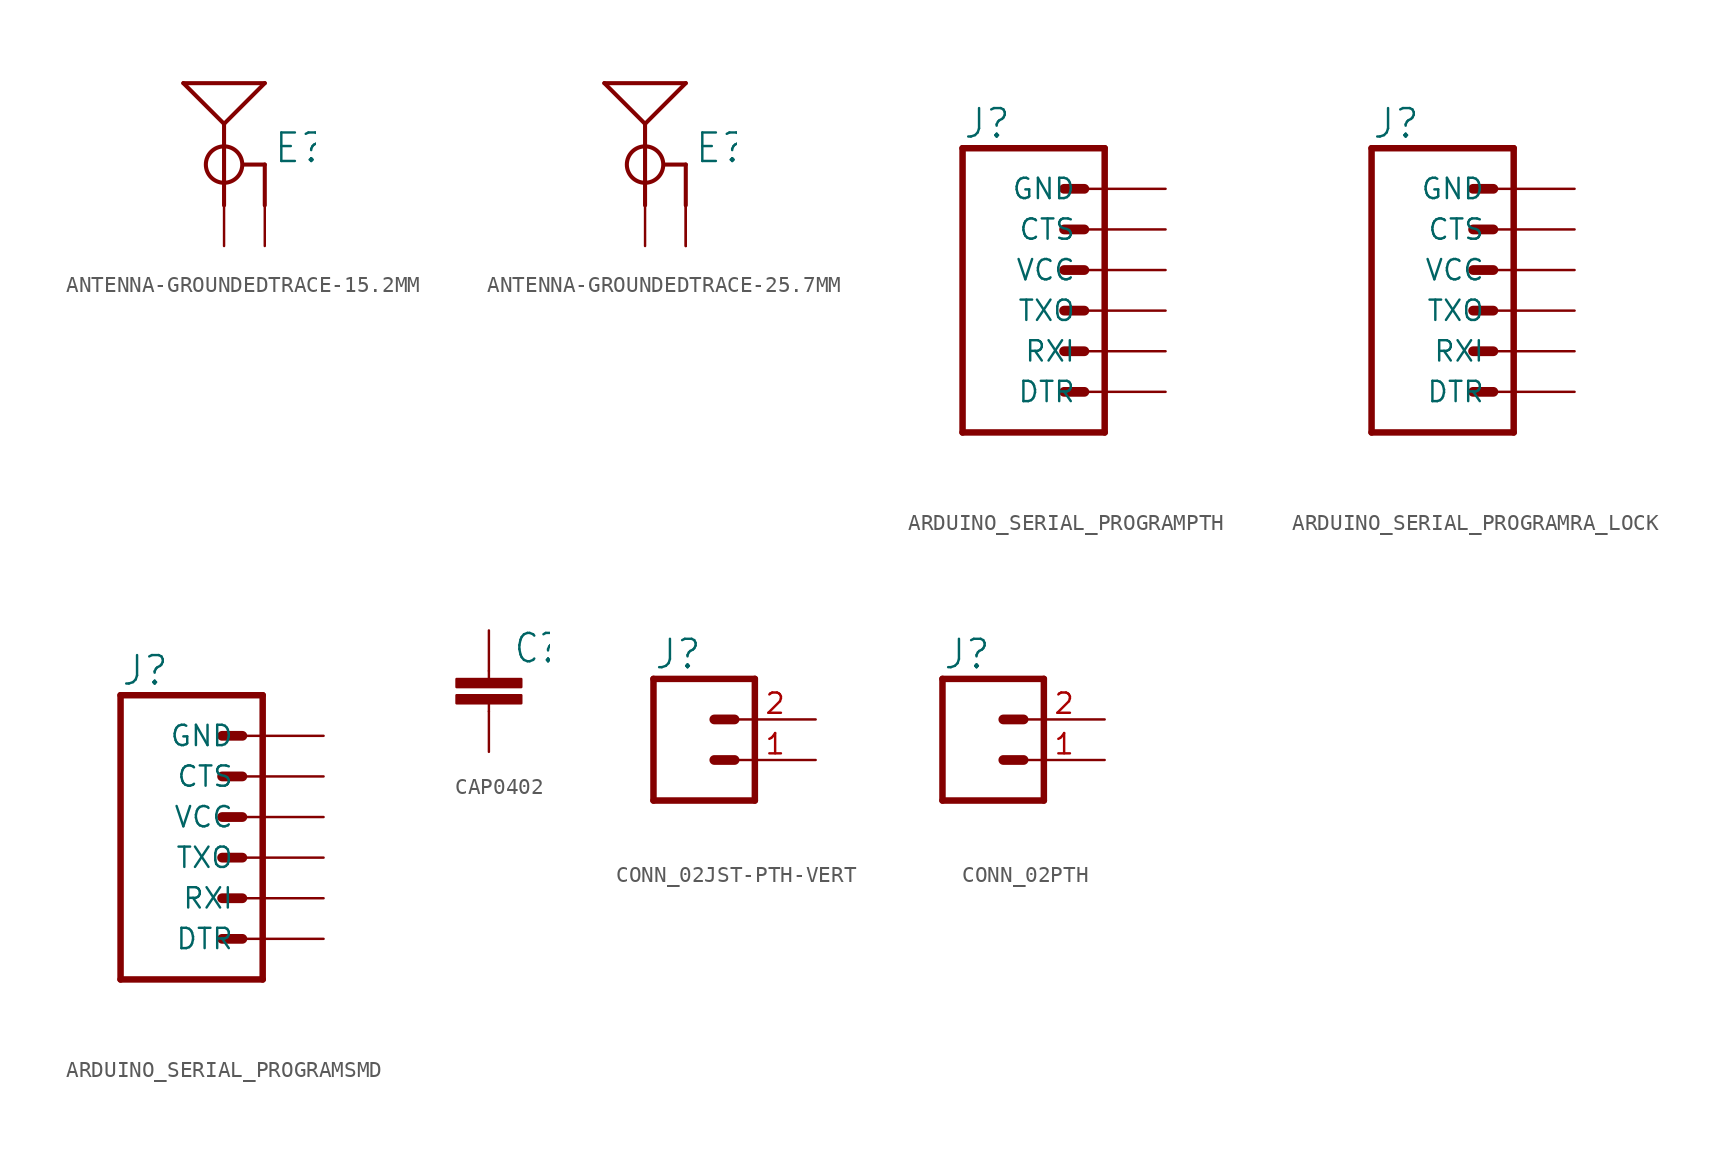
<source format=kicad_sym>
(kicad_symbol_lib
  (version 20220914)
  (generator kicad_symbol_editor)
  (symbol "ANTENNA-GROUNDEDTRACE-15.2MM"
    (property "Reference" "E"
      (at 3.048 -5.08 0)
      (effects (font (size 1.778 1.778)) (justify left bottom)))
    (property "Value" ""
      (at 3.048 -7.366 0)
      (effects (font (size 1.778 1.778)) (justify left bottom)))
    (property "ki_locked" ""
      (at 0 0 0)
      (effects (font (size 1.27 1.27))))
    (symbol "ANTENNA-GROUNDEDTRACE-15.2MM_1_0"
      (circle (center 0 -5.08) (radius 1.136) (stroke (width 0.254) (type solid)) (fill (type none)))
      (polyline (pts (xy -2.54 0) (xy 2.54 0)) (stroke (width 0.254) (type solid)) (fill (type none)))
      (polyline (pts (xy 0 -2.54) (xy -2.54 0)) (stroke (width 0.254) (type solid)) (fill (type none)))
      (polyline (pts (xy 0 -2.54) (xy 0 -7.62)) (stroke (width 0.254) (type solid)) (fill (type none)))
      (polyline (pts (xy 0 -2.54) (xy 2.54 0)) (stroke (width 0.254) (type solid)) (fill (type none)))
      (polyline (pts (xy 1.27 -5.08) (xy 2.54 -5.08)) (stroke (width 0.254) (type solid)) (fill (type none)))
      (polyline (pts (xy 2.54 -5.08) (xy 2.54 -7.62)) (stroke (width 0.254) (type solid)) (fill (type none)))
      (pin bidirectional line (at 0 -10.16 90) (length 2.54) (name "SIGNAL" (effects (font (size 0 0)))) (number "ANT" (effects (font (size 0 0)))))
      (pin bidirectional line (at 2.54 -10.16 90) (length 2.54) (name "GND" (effects (font (size 0 0)))) (number "GND" (effects (font (size 0 0)))))))
  (symbol "ANTENNA-GROUNDEDTRACE-25.7MM"
    (property "Reference" "E"
      (at 3.048 -5.08 0)
      (effects (font (size 1.778 1.778)) (justify left bottom)))
    (property "Value" ""
      (at 3.048 -7.366 0)
      (effects (font (size 1.778 1.778)) (justify left bottom)))
    (property "ki_locked" ""
      (at 0 0 0)
      (effects (font (size 1.27 1.27))))
    (symbol "ANTENNA-GROUNDEDTRACE-25.7MM_1_0"
      (circle (center 0 -5.08) (radius 1.136) (stroke (width 0.254) (type solid)) (fill (type none)))
      (polyline (pts (xy -2.54 0) (xy 2.54 0)) (stroke (width 0.254) (type solid)) (fill (type none)))
      (polyline (pts (xy 0 -2.54) (xy -2.54 0)) (stroke (width 0.254) (type solid)) (fill (type none)))
      (polyline (pts (xy 0 -2.54) (xy 0 -7.62)) (stroke (width 0.254) (type solid)) (fill (type none)))
      (polyline (pts (xy 0 -2.54) (xy 2.54 0)) (stroke (width 0.254) (type solid)) (fill (type none)))
      (polyline (pts (xy 1.27 -5.08) (xy 2.54 -5.08)) (stroke (width 0.254) (type solid)) (fill (type none)))
      (polyline (pts (xy 2.54 -5.08) (xy 2.54 -7.62)) (stroke (width 0.254) (type solid)) (fill (type none)))
      (pin bidirectional line (at 0 -10.16 90) (length 2.54) (name "SIGNAL" (effects (font (size 0 0)))) (number "ANT" (effects (font (size 0 0)))))
      (pin bidirectional line (at 2.54 -10.16 90) (length 2.54) (name "GND" (effects (font (size 0 0)))) (number "GND" (effects (font (size 0 0)))))
      (pin bidirectional line (at 2.54 -10.16 90) (length 2.54) (name "GND" (effects (font (size 0 0)))) (number "GND2" (effects (font (size 0 0)))))))
  (symbol "ARDUINO_SERIAL_PROGRAMPTH"
    (property "Reference" "J"
      (at -7.62 10.668 0)
      (effects (font (size 1.778 1.778)) (justify left bottom)))
    (property "Value" ""
      (at -7.62 -9.906 0)
      (effects (font (size 1.778 1.778)) (justify left bottom)))
    (property "ki_locked" ""
      (at 0 0 0)
      (effects (font (size 1.27 1.27))))
    (symbol "ARDUINO_SERIAL_PROGRAMPTH_1_0"
      (polyline (pts (xy -7.62 10.16) (xy -7.62 -7.62)) (stroke (width 0.406) (type solid)) (fill (type none)))
      (polyline (pts (xy -7.62 10.16) (xy 1.27 10.16)) (stroke (width 0.406) (type solid)) (fill (type none)))
      (polyline (pts (xy -1.27 -5.08) (xy 0 -5.08)) (stroke (width 0.61) (type solid)) (fill (type none)))
      (polyline (pts (xy -1.27 -2.54) (xy 0 -2.54)) (stroke (width 0.61) (type solid)) (fill (type none)))
      (polyline (pts (xy -1.27 0) (xy 0 0)) (stroke (width 0.61) (type solid)) (fill (type none)))
      (polyline (pts (xy -1.27 2.54) (xy 0 2.54)) (stroke (width 0.61) (type solid)) (fill (type none)))
      (polyline (pts (xy -1.27 5.08) (xy 0 5.08)) (stroke (width 0.61) (type solid)) (fill (type none)))
      (polyline (pts (xy -1.27 7.62) (xy 0 7.62)) (stroke (width 0.61) (type solid)) (fill (type none)))
      (polyline (pts (xy 1.27 -7.62) (xy -7.62 -7.62)) (stroke (width 0.406) (type solid)) (fill (type none)))
      (polyline (pts (xy 1.27 -7.62) (xy 1.27 10.16)) (stroke (width 0.406) (type solid)) (fill (type none)))
      (pin passive line (at 5.08 -5.08 180) (length 5.08) (name "DTR" (effects (font (size 1.27 1.27)))) (number "1" (effects (font (size 0 0)))))
      (pin passive line (at 5.08 -2.54 180) (length 5.08) (name "RXI" (effects (font (size 1.27 1.27)))) (number "2" (effects (font (size 0 0)))))
      (pin passive line (at 5.08 0 180) (length 5.08) (name "TXO" (effects (font (size 1.27 1.27)))) (number "3" (effects (font (size 0 0)))))
      (pin passive line (at 5.08 2.54 180) (length 5.08) (name "VCC" (effects (font (size 1.27 1.27)))) (number "4" (effects (font (size 0 0)))))
      (pin passive line (at 5.08 5.08 180) (length 5.08) (name "CTS" (effects (font (size 1.27 1.27)))) (number "5" (effects (font (size 0 0)))))
      (pin passive line (at 5.08 7.62 180) (length 5.08) (name "GND" (effects (font (size 1.27 1.27)))) (number "6" (effects (font (size 0 0)))))))
  (symbol "ARDUINO_SERIAL_PROGRAMRA_LOCK"
    (property "Reference" "J"
      (at -7.62 10.668 0)
      (effects (font (size 1.778 1.778)) (justify left bottom)))
    (property "Value" ""
      (at -7.62 -9.906 0)
      (effects (font (size 1.778 1.778)) (justify left bottom)))
    (property "ki_locked" ""
      (at 0 0 0)
      (effects (font (size 1.27 1.27))))
    (symbol "ARDUINO_SERIAL_PROGRAMRA_LOCK_1_0"
      (polyline (pts (xy -7.62 10.16) (xy -7.62 -7.62)) (stroke (width 0.406) (type solid)) (fill (type none)))
      (polyline (pts (xy -7.62 10.16) (xy 1.27 10.16)) (stroke (width 0.406) (type solid)) (fill (type none)))
      (polyline (pts (xy -1.27 -5.08) (xy 0 -5.08)) (stroke (width 0.61) (type solid)) (fill (type none)))
      (polyline (pts (xy -1.27 -2.54) (xy 0 -2.54)) (stroke (width 0.61) (type solid)) (fill (type none)))
      (polyline (pts (xy -1.27 0) (xy 0 0)) (stroke (width 0.61) (type solid)) (fill (type none)))
      (polyline (pts (xy -1.27 2.54) (xy 0 2.54)) (stroke (width 0.61) (type solid)) (fill (type none)))
      (polyline (pts (xy -1.27 5.08) (xy 0 5.08)) (stroke (width 0.61) (type solid)) (fill (type none)))
      (polyline (pts (xy -1.27 7.62) (xy 0 7.62)) (stroke (width 0.61) (type solid)) (fill (type none)))
      (polyline (pts (xy 1.27 -7.62) (xy -7.62 -7.62)) (stroke (width 0.406) (type solid)) (fill (type none)))
      (polyline (pts (xy 1.27 -7.62) (xy 1.27 10.16)) (stroke (width 0.406) (type solid)) (fill (type none)))
      (pin passive line (at 5.08 7.62 180) (length 5.08) (name "GND" (effects (font (size 1.27 1.27)))) (number "1" (effects (font (size 0 0)))))
      (pin passive line (at 5.08 5.08 180) (length 5.08) (name "CTS" (effects (font (size 1.27 1.27)))) (number "2" (effects (font (size 0 0)))))
      (pin passive line (at 5.08 2.54 180) (length 5.08) (name "VCC" (effects (font (size 1.27 1.27)))) (number "3" (effects (font (size 0 0)))))
      (pin passive line (at 5.08 0 180) (length 5.08) (name "TXO" (effects (font (size 1.27 1.27)))) (number "4" (effects (font (size 0 0)))))
      (pin passive line (at 5.08 -2.54 180) (length 5.08) (name "RXI" (effects (font (size 1.27 1.27)))) (number "5" (effects (font (size 0 0)))))
      (pin passive line (at 5.08 -5.08 180) (length 5.08) (name "DTR" (effects (font (size 1.27 1.27)))) (number "6" (effects (font (size 0 0)))))))
  (symbol "ARDUINO_SERIAL_PROGRAMSMD"
    (property "Reference" "J"
      (at -7.62 10.668 0)
      (effects (font (size 1.778 1.778)) (justify left bottom)))
    (property "Value" ""
      (at -7.62 -9.906 0)
      (effects (font (size 1.778 1.778)) (justify left bottom)))
    (property "ki_locked" ""
      (at 0 0 0)
      (effects (font (size 1.27 1.27))))
    (symbol "ARDUINO_SERIAL_PROGRAMSMD_1_0"
      (polyline (pts (xy -7.62 10.16) (xy -7.62 -7.62)) (stroke (width 0.406) (type solid)) (fill (type none)))
      (polyline (pts (xy -7.62 10.16) (xy 1.27 10.16)) (stroke (width 0.406) (type solid)) (fill (type none)))
      (polyline (pts (xy -1.27 -5.08) (xy 0 -5.08)) (stroke (width 0.61) (type solid)) (fill (type none)))
      (polyline (pts (xy -1.27 -2.54) (xy 0 -2.54)) (stroke (width 0.61) (type solid)) (fill (type none)))
      (polyline (pts (xy -1.27 0) (xy 0 0)) (stroke (width 0.61) (type solid)) (fill (type none)))
      (polyline (pts (xy -1.27 2.54) (xy 0 2.54)) (stroke (width 0.61) (type solid)) (fill (type none)))
      (polyline (pts (xy -1.27 5.08) (xy 0 5.08)) (stroke (width 0.61) (type solid)) (fill (type none)))
      (polyline (pts (xy -1.27 7.62) (xy 0 7.62)) (stroke (width 0.61) (type solid)) (fill (type none)))
      (polyline (pts (xy 1.27 -7.62) (xy -7.62 -7.62)) (stroke (width 0.406) (type solid)) (fill (type none)))
      (polyline (pts (xy 1.27 -7.62) (xy 1.27 10.16)) (stroke (width 0.406) (type solid)) (fill (type none)))
      (pin passive line (at 5.08 -5.08 180) (length 5.08) (name "DTR" (effects (font (size 1.27 1.27)))) (number "1" (effects (font (size 0 0)))))
      (pin passive line (at 5.08 -2.54 180) (length 5.08) (name "RXI" (effects (font (size 1.27 1.27)))) (number "2" (effects (font (size 0 0)))))
      (pin passive line (at 5.08 0 180) (length 5.08) (name "TXO" (effects (font (size 1.27 1.27)))) (number "3" (effects (font (size 0 0)))))
      (pin passive line (at 5.08 2.54 180) (length 5.08) (name "VCC" (effects (font (size 1.27 1.27)))) (number "4" (effects (font (size 0 0)))))
      (pin passive line (at 5.08 5.08 180) (length 5.08) (name "CTS" (effects (font (size 1.27 1.27)))) (number "5" (effects (font (size 0 0)))))
      (pin passive line (at 5.08 7.62 180) (length 5.08) (name "GND" (effects (font (size 1.27 1.27)))) (number "6" (effects (font (size 0 0)))))))
  (symbol "CAP0402"
    (property "Reference" "C"
      (at 1.524 2.921 0)
      (effects (font (size 1.778 1.511)) (justify left bottom)))
    (property "Value" ""
      (at 1.524 -2.159 0)
      (effects (font (size 1.778 1.511)) (justify left bottom)))
    (property "ki_locked" ""
      (at 0 0 0)
      (effects (font (size 1.27 1.27))))
    (symbol "CAP0402_1_0"
      (rectangle (start -2.032 0.508) (end 2.032 1.016) (stroke (width 0) (type default)) (fill (type outline)))
      (rectangle (start -2.032 1.524) (end 2.032 2.032) (stroke (width 0) (type default)) (fill (type outline)))
      (polyline (pts (xy 0 0) (xy 0 0.508)) (stroke (width 0.152) (type solid)) (fill (type none)))
      (polyline (pts (xy 0 2.54) (xy 0 2.032)) (stroke (width 0.152) (type solid)) (fill (type none)))
      (pin passive line (at 0 5.08 270) (length 2.54) (name "1" (effects (font (size 0 0)))) (number "1" (effects (font (size 0 0)))))
      (pin passive line (at 0 -2.54 90) (length 2.54) (name "2" (effects (font (size 0 0)))) (number "2" (effects (font (size 0 0)))))))
  (symbol "CONN_02JST-PTH-VERT"
    (property "Reference" "J"
      (at -2.54 5.588 0)
      (effects (font (size 1.778 1.778)) (justify left bottom)))
    (property "Value" ""
      (at -2.54 -4.826 0)
      (effects (font (size 1.778 1.778)) (justify left bottom)))
    (property "ki_locked" ""
      (at 0 0 0)
      (effects (font (size 1.27 1.27))))
    (symbol "CONN_02JST-PTH-VERT_1_0"
      (polyline (pts (xy -2.54 5.08) (xy -2.54 -2.54)) (stroke (width 0.406) (type solid)) (fill (type none)))
      (polyline (pts (xy -2.54 5.08) (xy 3.81 5.08)) (stroke (width 0.406) (type solid)) (fill (type none)))
      (polyline (pts (xy 1.27 0) (xy 2.54 0)) (stroke (width 0.61) (type solid)) (fill (type none)))
      (polyline (pts (xy 1.27 2.54) (xy 2.54 2.54)) (stroke (width 0.61) (type solid)) (fill (type none)))
      (polyline (pts (xy 3.81 -2.54) (xy -2.54 -2.54)) (stroke (width 0.406) (type solid)) (fill (type none)))
      (polyline (pts (xy 3.81 -2.54) (xy 3.81 5.08)) (stroke (width 0.406) (type solid)) (fill (type none)))
      (pin passive line (at 7.62 0 180) (length 5.08) (name "1" (effects (font (size 0 0)))) (number "1" (effects (font (size 1.27 1.27)))))
      (pin passive line (at 7.62 2.54 180) (length 5.08) (name "2" (effects (font (size 0 0)))) (number "2" (effects (font (size 1.27 1.27)))))))
  (symbol "CONN_02PTH"
    (property "Reference" "J"
      (at -2.54 5.588 0)
      (effects (font (size 1.778 1.778)) (justify left bottom)))
    (property "Value" ""
      (at -2.54 -4.826 0)
      (effects (font (size 1.778 1.778)) (justify left bottom)))
    (property "ki_locked" ""
      (at 0 0 0)
      (effects (font (size 1.27 1.27))))
    (symbol "CONN_02PTH_1_0"
      (polyline (pts (xy -2.54 5.08) (xy -2.54 -2.54)) (stroke (width 0.406) (type solid)) (fill (type none)))
      (polyline (pts (xy -2.54 5.08) (xy 3.81 5.08)) (stroke (width 0.406) (type solid)) (fill (type none)))
      (polyline (pts (xy 1.27 0) (xy 2.54 0)) (stroke (width 0.61) (type solid)) (fill (type none)))
      (polyline (pts (xy 1.27 2.54) (xy 2.54 2.54)) (stroke (width 0.61) (type solid)) (fill (type none)))
      (polyline (pts (xy 3.81 -2.54) (xy -2.54 -2.54)) (stroke (width 0.406) (type solid)) (fill (type none)))
      (polyline (pts (xy 3.81 -2.54) (xy 3.81 5.08)) (stroke (width 0.406) (type solid)) (fill (type none)))
      (pin passive line (at 7.62 0 180) (length 5.08) (name "1" (effects (font (size 0 0)))) (number "1" (effects (font (size 1.27 1.27)))))
      (pin passive line (at 7.62 2.54 180) (length 5.08) (name "2" (effects (font (size 0 0)))) (number "2" (effects (font (size 1.27 1.27))))))))
</source>
